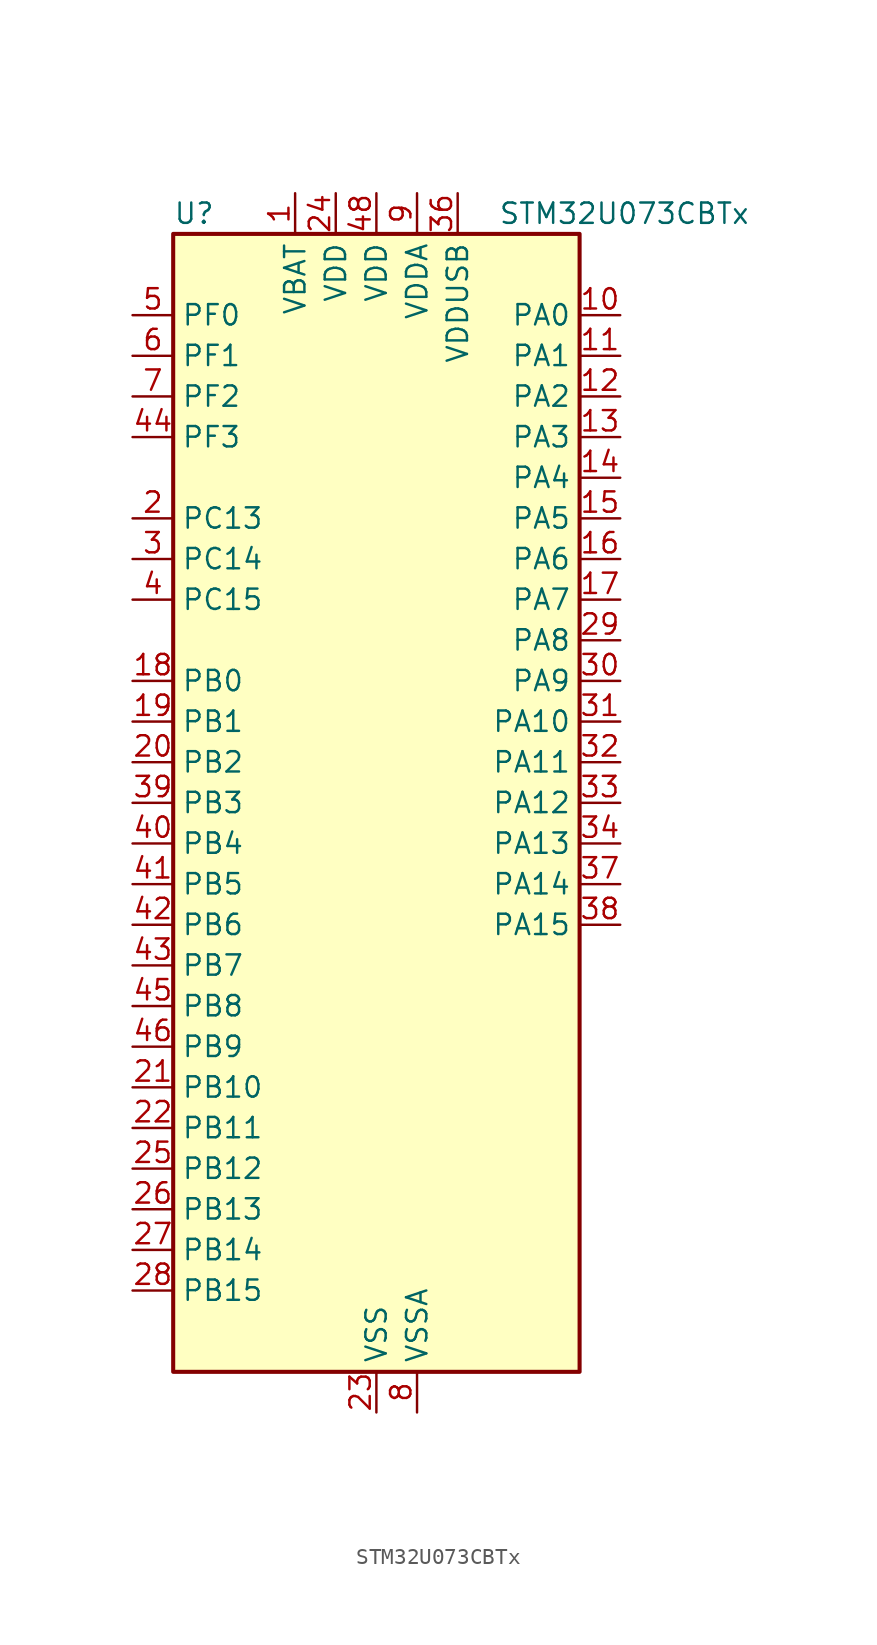
<source format=kicad_sym>
(kicad_symbol_lib
  (version 20241209)
  (generator "kicad_symbol_editor")
  (generator_version "9.0")
  (symbol "STM32U073CBTx"
    (property "Reference" "U"
      (at -12.7 36.83 0)
      (effects (font (size 1.27 1.27)) (justify left)))
    (property "Value" "STM32U073CBTx"
      (at 7.62 36.83 0)
      (effects (font (size 1.27 1.27)) (justify left)))
    (symbol "STM32U073CBTx_0_1"
      (rectangle (start -12.7 -35.56) (end 12.7 35.56) (stroke (width 0.254) (type default)) (fill (type background))))
    (symbol "STM32U073CBTx_1_1"
      (pin bidirectional line (at -15.24 30.48 0) (length 2.54) (name "PF0" (effects (font (size 1.27 1.27)))) (number "5" (effects (font (size 1.27 1.27)))) (alternate "RCC_OSC_IN" bidirectional line))
      (pin bidirectional line (at -15.24 27.94 0) (length 2.54) (name "PF1" (effects (font (size 1.27 1.27)))) (number "6" (effects (font (size 1.27 1.27)))) (alternate "RCC_OSC_EN" bidirectional line) (alternate "RCC_OSC_OUT" bidirectional line))
      (pin bidirectional line (at -15.24 25.4 0) (length 2.54) (name "PF2" (effects (font (size 1.27 1.27)))) (number "7" (effects (font (size 1.27 1.27)))) (alternate "RCC_MCO" bidirectional line))
      (pin bidirectional line (at -15.24 22.86 0) (length 2.54) (name "PF3" (effects (font (size 1.27 1.27)))) (number "44" (effects (font (size 1.27 1.27)))))
      (pin bidirectional line (at -15.24 17.78 0) (length 2.54) (name "PC13" (effects (font (size 1.27 1.27)))) (number "2" (effects (font (size 1.27 1.27)))) (alternate "LPTIM1_CH3" bidirectional line) (alternate "LPTIM3_CH3" bidirectional line) (alternate "PWR_WKUP2" bidirectional line) (alternate "RTC_OUT1" bidirectional line) (alternate "RTC_TS" bidirectional line) (alternate "TAMP_IN1" bidirectional line))
      (pin bidirectional line (at -15.24 15.24 0) (length 2.54) (name "PC14" (effects (font (size 1.27 1.27)))) (number "3" (effects (font (size 1.27 1.27)))) (alternate "RCC_OSC32_IN" bidirectional line))
      (pin bidirectional line (at -15.24 12.7 0) (length 2.54) (name "PC15" (effects (font (size 1.27 1.27)))) (number "4" (effects (font (size 1.27 1.27)))) (alternate "RCC_OSC32_EN" bidirectional line) (alternate "RCC_OSC32_OUT" bidirectional line) (alternate "RCC_OSC_EN" bidirectional line))
      (pin bidirectional line (at -15.24 7.62 0) (length 2.54) (name "PB0" (effects (font (size 1.27 1.27)))) (number "18" (effects (font (size 1.27 1.27)))) (alternate "ADC1_IN17" bidirectional line) (alternate "COMP1_OUT" bidirectional line) (alternate "LCD_SEG5" bidirectional line) (alternate "LPTIM3_CH1" bidirectional line) (alternate "LPUART2_CTS" bidirectional line) (alternate "SPI1_NSS" bidirectional line) (alternate "TIM1_CH2N" bidirectional line) (alternate "TIM3_CH3" bidirectional line) (alternate "TSC_G5_IO2" bidirectional line) (alternate "USART3_CK" bidirectional line))
      (pin bidirectional line (at -15.24 5.08 0) (length 2.54) (name "PB1" (effects (font (size 1.27 1.27)))) (number "19" (effects (font (size 1.27 1.27)))) (alternate "ADC1_IN18" bidirectional line) (alternate "COMP1_INM" bidirectional line) (alternate "LCD_SEG6" bidirectional line) (alternate "LPTIM2_IN1" bidirectional line) (alternate "LPTIM3_CH2" bidirectional line) (alternate "LPUART1_DE" bidirectional line) (alternate "LPUART1_RTS" bidirectional line) (alternate "LPUART2_DE" bidirectional line) (alternate "LPUART2_RTS" bidirectional line) (alternate "TIM1_CH3N" bidirectional line) (alternate "TIM3_CH4" bidirectional line) (alternate "TSC_SYNC" bidirectional line) (alternate "USART3_DE" bidirectional line) (alternate "USART3_RTS" bidirectional line))
      (pin bidirectional line (at -15.24 2.54 0) (length 2.54) (name "PB2" (effects (font (size 1.27 1.27)))) (number "20" (effects (font (size 1.27 1.27)))) (alternate "COMP1_INP" bidirectional line) (alternate "LCD_VLCD" bidirectional line) (alternate "LPTIM1_CH1" bidirectional line) (alternate "RTC_OUT2" bidirectional line))
      (pin bidirectional line (at -15.24 0 0) (length 2.54) (name "PB3" (effects (font (size 1.27 1.27)))) (number "39" (effects (font (size 1.27 1.27)))) (alternate "COMP2_INM" bidirectional line) (alternate "DEBUG_JTDO-SWO" bidirectional line) (alternate "I2C2_SCL" bidirectional line) (alternate "I2C3_SCL" bidirectional line) (alternate "LCD_SEG7" bidirectional line) (alternate "LPTIM1_CH3" bidirectional line) (alternate "SPI1_SCK" bidirectional line) (alternate "SPI3_SCK" bidirectional line) (alternate "TIM2_CH2" bidirectional line) (alternate "USART1_DE" bidirectional line) (alternate "USART1_RTS" bidirectional line))
      (pin bidirectional line (at -15.24 -2.54 0) (length 2.54) (name "PB4" (effects (font (size 1.27 1.27)))) (number "40" (effects (font (size 1.27 1.27)))) (alternate "COMP2_INP" bidirectional line) (alternate "I2C2_SDA" bidirectional line) (alternate "I2C3_SDA" bidirectional line) (alternate "LCD_SEG8" bidirectional line) (alternate "LPTIM1_CH4" bidirectional line) (alternate "LPUART3_DE" bidirectional line) (alternate "LPUART3_RTS" bidirectional line) (alternate "SPI1_MISO" bidirectional line) (alternate "SPI3_MISO" bidirectional line) (alternate "TIM3_CH1" bidirectional line) (alternate "TSC_G2_IO1" bidirectional line) (alternate "USART1_CTS" bidirectional line))
      (pin bidirectional line (at -15.24 -5.08 0) (length 2.54) (name "PB5" (effects (font (size 1.27 1.27)))) (number "41" (effects (font (size 1.27 1.27)))) (alternate "COMP2_OUT" bidirectional line) (alternate "LCD_SEG9" bidirectional line) (alternate "LPTIM1_IN1" bidirectional line) (alternate "LPUART3_CTS" bidirectional line) (alternate "SPI1_MOSI" bidirectional line) (alternate "SPI3_MOSI" bidirectional line) (alternate "TIM16_BKIN" bidirectional line) (alternate "TIM3_CH2" bidirectional line) (alternate "TSC_G2_IO2" bidirectional line) (alternate "USART1_CK" bidirectional line))
      (pin bidirectional line (at -15.24 -7.62 0) (length 2.54) (name "PB6" (effects (font (size 1.27 1.27)))) (number "42" (effects (font (size 1.27 1.27)))) (alternate "COMP2_INP" bidirectional line) (alternate "I2C1_SCL" bidirectional line) (alternate "I2C2_SCL" bidirectional line) (alternate "I2C4_SCL" bidirectional line) (alternate "LPTIM1_ETR" bidirectional line) (alternate "LPUART2_TX" bidirectional line) (alternate "LPUART3_TX" bidirectional line) (alternate "TIM16_CH1N" bidirectional line) (alternate "TSC_G2_IO3" bidirectional line) (alternate "USART1_TX" bidirectional line))
      (pin bidirectional line (at -15.24 -10.16 0) (length 2.54) (name "PB7" (effects (font (size 1.27 1.27)))) (number "43" (effects (font (size 1.27 1.27)))) (alternate "COMP2_INM" bidirectional line) (alternate "I2C1_SDA" bidirectional line) (alternate "I2C2_SDA" bidirectional line) (alternate "I2C4_SDA" bidirectional line) (alternate "LCD_SEG21" bidirectional line) (alternate "LPTIM1_IN2" bidirectional line) (alternate "LPUART2_RX" bidirectional line) (alternate "LPUART3_RX" bidirectional line) (alternate "PWR_PVD_IN" bidirectional line) (alternate "TSC_G2_IO4" bidirectional line) (alternate "USART1_RX" bidirectional line) (alternate "USART4_CTS" bidirectional line))
      (pin bidirectional line (at -15.24 -12.7 0) (length 2.54) (name "PB8" (effects (font (size 1.27 1.27)))) (number "45" (effects (font (size 1.27 1.27)))) (alternate "I2C1_SCL" bidirectional line) (alternate "I2C2_SCL" bidirectional line) (alternate "LCD_SEG16" bidirectional line) (alternate "LPTIM1_IN2" bidirectional line) (alternate "LPTIM3_IN2" bidirectional line) (alternate "TIM16_CH1" bidirectional line) (alternate "USART3_TX" bidirectional line))
      (pin bidirectional line (at -15.24 -15.24 0) (length 2.54) (name "PB9" (effects (font (size 1.27 1.27)))) (number "46" (effects (font (size 1.27 1.27)))) (alternate "DAC1_EXTI9" bidirectional line) (alternate "I2C1_SDA" bidirectional line) (alternate "I2C2_SDA" bidirectional line) (alternate "IR_OUT" bidirectional line) (alternate "LCD_COM3" bidirectional line) (alternate "LPTIM1_CH4" bidirectional line) (alternate "LPTIM3_CH4" bidirectional line) (alternate "SPI2_NSS" bidirectional line) (alternate "USART3_RX" bidirectional line))
      (pin bidirectional line (at -15.24 -17.78 0) (length 2.54) (name "PB10" (effects (font (size 1.27 1.27)))) (number "21" (effects (font (size 1.27 1.27)))) (alternate "COMP1_OUT" bidirectional line) (alternate "I2C2_SCL" bidirectional line) (alternate "I2C4_SCL" bidirectional line) (alternate "LCD_SEG10" bidirectional line) (alternate "LPTIM3_CH1" bidirectional line) (alternate "LPUART1_RX" bidirectional line) (alternate "LPUART2_RX" bidirectional line) (alternate "SPI2_SCK" bidirectional line) (alternate "TIM2_CH3" bidirectional line) (alternate "TSC_G5_IO3" bidirectional line) (alternate "USART3_TX" bidirectional line))
      (pin bidirectional line (at -15.24 -20.32 0) (length 2.54) (name "PB11" (effects (font (size 1.27 1.27)))) (number "22" (effects (font (size 1.27 1.27)))) (alternate "ADC1_EXTI11" bidirectional line) (alternate "COMP2_OUT" bidirectional line) (alternate "I2C2_SDA" bidirectional line) (alternate "I2C4_SDA" bidirectional line) (alternate "LCD_SEG11" bidirectional line) (alternate "LPUART1_TX" bidirectional line) (alternate "LPUART2_TX" bidirectional line) (alternate "TIM2_CH4" bidirectional line) (alternate "TSC_G5_IO4" bidirectional line) (alternate "USART3_RX" bidirectional line))
      (pin bidirectional line (at -15.24 -22.86 0) (length 2.54) (name "PB12" (effects (font (size 1.27 1.27)))) (number "25" (effects (font (size 1.27 1.27)))) (alternate "LCD_SEG12" bidirectional line) (alternate "LPUART1_DE" bidirectional line) (alternate "LPUART1_RTS" bidirectional line) (alternate "SPI2_NSS" bidirectional line) (alternate "TIM15_BKIN" bidirectional line) (alternate "TIM1_BKIN" bidirectional line) (alternate "TSC_G1_IO1" bidirectional line) (alternate "USART3_CK" bidirectional line))
      (pin bidirectional line (at -15.24 -25.4 0) (length 2.54) (name "PB13" (effects (font (size 1.27 1.27)))) (number "26" (effects (font (size 1.27 1.27)))) (alternate "I2C2_SCL" bidirectional line) (alternate "LCD_SEG13" bidirectional line) (alternate "LPTIM3_IN1" bidirectional line) (alternate "LPUART1_CTS" bidirectional line) (alternate "SPI2_SCK" bidirectional line) (alternate "TIM15_CH1N" bidirectional line) (alternate "TIM1_CH1N" bidirectional line) (alternate "TSC_G1_IO2" bidirectional line) (alternate "USART3_CTS" bidirectional line))
      (pin bidirectional line (at -15.24 -27.94 0) (length 2.54) (name "PB14" (effects (font (size 1.27 1.27)))) (number "27" (effects (font (size 1.27 1.27)))) (alternate "I2C2_SDA" bidirectional line) (alternate "LCD_SEG14" bidirectional line) (alternate "LPTIM3_ETR" bidirectional line) (alternate "SPI2_MISO" bidirectional line) (alternate "TIM15_CH1" bidirectional line) (alternate "TIM1_CH2N" bidirectional line) (alternate "TSC_G1_IO3" bidirectional line) (alternate "USART3_DE" bidirectional line) (alternate "USART3_RTS" bidirectional line))
      (pin bidirectional line (at -15.24 -30.48 0) (length 2.54) (name "PB15" (effects (font (size 1.27 1.27)))) (number "28" (effects (font (size 1.27 1.27)))) (alternate "LCD_SEG15" bidirectional line) (alternate "PWR_WKUP7" bidirectional line) (alternate "RTC_REFIN" bidirectional line) (alternate "SPI2_MOSI" bidirectional line) (alternate "TAMP_IN3" bidirectional line) (alternate "TIM15_CH2" bidirectional line) (alternate "TIM1_CH3N" bidirectional line) (alternate "TSC_G1_IO4" bidirectional line))
      (pin power_in line (at -5.08 38.1 270) (length 2.54) (name "VBAT" (effects (font (size 1.27 1.27)))) (number "1" (effects (font (size 1.27 1.27)))))
      (pin power_in line (at -2.54 38.1 270) (length 2.54) (name "VDD" (effects (font (size 1.27 1.27)))) (number "24" (effects (font (size 1.27 1.27)))))
      (pin power_in line (at 0 38.1 270) (length 2.54) (name "VDD" (effects (font (size 1.27 1.27)))) (number "48" (effects (font (size 1.27 1.27)))))
      (pin power_in line (at 0 -38.1 90) (length 2.54) (name "VSS" (effects (font (size 1.27 1.27)))) (number "23" (effects (font (size 1.27 1.27)))))
      (pin passive line (at 0 -38.1 90) (length 2.54) (hide yes) (name "VSS" (effects (font (size 1.27 1.27)))) (number "35" (effects (font (size 1.27 1.27)))))
      (pin passive line (at 0 -38.1 90) (length 2.54) (hide yes) (name "VSS" (effects (font (size 1.27 1.27)))) (number "47" (effects (font (size 1.27 1.27)))))
      (pin power_in line (at 2.54 38.1 270) (length 2.54) (name "VDDA" (effects (font (size 1.27 1.27)))) (number "9" (effects (font (size 1.27 1.27)))))
      (pin power_in line (at 2.54 -38.1 90) (length 2.54) (name "VSSA" (effects (font (size 1.27 1.27)))) (number "8" (effects (font (size 1.27 1.27)))))
      (pin power_in line (at 5.08 38.1 270) (length 2.54) (name "VDDUSB" (effects (font (size 1.27 1.27)))) (number "36" (effects (font (size 1.27 1.27)))))
      (pin bidirectional line (at 15.24 30.48 180) (length 2.54) (name "PA0" (effects (font (size 1.27 1.27)))) (number "10" (effects (font (size 1.27 1.27)))) (alternate "ADC1_IN4" bidirectional line) (alternate "COMP1_INM" bidirectional line) (alternate "COMP1_OUT" bidirectional line) (alternate "LCD_SEG42" bidirectional line) (alternate "OPAMP1_VINP" bidirectional line) (alternate "PWR_WKUP1" bidirectional line) (alternate "TAMP_IN2" bidirectional line) (alternate "TIM2_CH1" bidirectional line) (alternate "TIM2_ETR" bidirectional line) (alternate "USART2_CTS" bidirectional line) (alternate "USART4_TX" bidirectional line))
      (pin bidirectional line (at 15.24 27.94 180) (length 2.54) (name "PA1" (effects (font (size 1.27 1.27)))) (number "11" (effects (font (size 1.27 1.27)))) (alternate "ADC1_IN5" bidirectional line) (alternate "COMP1_INP" bidirectional line) (alternate "LCD_SEG0" bidirectional line) (alternate "LPTIM1_CH2" bidirectional line) (alternate "OPAMP1_VINM" bidirectional line) (alternate "PWR_WKUP3" bidirectional line) (alternate "SPI1_SCK" bidirectional line) (alternate "SPI2_SCK" bidirectional line) (alternate "TAMP_IN5" bidirectional line) (alternate "TIM15_CH1N" bidirectional line) (alternate "TIM2_CH2" bidirectional line) (alternate "USART2_DE" bidirectional line) (alternate "USART2_RTS" bidirectional line) (alternate "USART4_RX" bidirectional line))
      (pin bidirectional line (at 15.24 25.4 180) (length 2.54) (name "PA2" (effects (font (size 1.27 1.27)))) (number "12" (effects (font (size 1.27 1.27)))) (alternate "ADC1_IN6" bidirectional line) (alternate "COMP2_INM" bidirectional line) (alternate "COMP2_OUT" bidirectional line) (alternate "LCD_SEG1" bidirectional line) (alternate "LPUART1_TX" bidirectional line) (alternate "PWR_WKUP4" bidirectional line) (alternate "RCC_LSCO" bidirectional line) (alternate "TIM15_CH1" bidirectional line) (alternate "TIM2_CH3" bidirectional line) (alternate "USART2_TX" bidirectional line))
      (pin bidirectional line (at 15.24 22.86 180) (length 2.54) (name "PA3" (effects (font (size 1.27 1.27)))) (number "13" (effects (font (size 1.27 1.27)))) (alternate "ADC1_IN7" bidirectional line) (alternate "COMP2_INP" bidirectional line) (alternate "LCD_SEG2" bidirectional line) (alternate "LPUART1_RX" bidirectional line) (alternate "OPAMP1_VOUT" bidirectional line) (alternate "TIM15_CH2" bidirectional line) (alternate "TIM2_CH4" bidirectional line) (alternate "USART2_RX" bidirectional line))
      (pin bidirectional line (at 15.24 20.32 180) (length 2.54) (name "PA4" (effects (font (size 1.27 1.27)))) (number "14" (effects (font (size 1.27 1.27)))) (alternate "ADC1_IN8" bidirectional line) (alternate "COMP1_INM" bidirectional line) (alternate "COMP2_INM" bidirectional line) (alternate "DAC1_OUT1" bidirectional line) (alternate "LCD_SEG43" bidirectional line) (alternate "LPTIM2_CH1" bidirectional line) (alternate "LPUART3_TX" bidirectional line) (alternate "SPI1_NSS" bidirectional line) (alternate "SPI3_NSS" bidirectional line) (alternate "USART2_CK" bidirectional line))
      (pin bidirectional line (at 15.24 17.78 180) (length 2.54) (name "PA5" (effects (font (size 1.27 1.27)))) (number "15" (effects (font (size 1.27 1.27)))) (alternate "ADC1_IN9" bidirectional line) (alternate "COMP1_INM" bidirectional line) (alternate "COMP2_INM" bidirectional line) (alternate "LCD_SEG44" bidirectional line) (alternate "LPTIM2_ETR" bidirectional line) (alternate "LPUART3_RX" bidirectional line) (alternate "SPI1_SCK" bidirectional line) (alternate "TIM2_CH1" bidirectional line) (alternate "TIM2_ETR" bidirectional line) (alternate "USART3_TX" bidirectional line))
      (pin bidirectional line (at 15.24 15.24 180) (length 2.54) (name "PA6" (effects (font (size 1.27 1.27)))) (number "16" (effects (font (size 1.27 1.27)))) (alternate "ADC1_IN10" bidirectional line) (alternate "COMP1_OUT" bidirectional line) (alternate "I2C2_SDA" bidirectional line) (alternate "I2C3_SDA" bidirectional line) (alternate "LCD_SEG3" bidirectional line) (alternate "LPUART1_CTS" bidirectional line) (alternate "SPI1_MISO" bidirectional line) (alternate "TIM16_CH1" bidirectional line) (alternate "TIM1_BKIN" bidirectional line) (alternate "TIM3_CH1" bidirectional line) (alternate "TSC_G5_IO1" bidirectional line) (alternate "USART3_CTS" bidirectional line))
      (pin bidirectional line (at 15.24 12.7 180) (length 2.54) (name "PA7" (effects (font (size 1.27 1.27)))) (number "17" (effects (font (size 1.27 1.27)))) (alternate "ADC1_IN14" bidirectional line) (alternate "COMP2_OUT" bidirectional line) (alternate "I2C2_SCL" bidirectional line) (alternate "I2C3_SCL" bidirectional line) (alternate "LCD_SEG4" bidirectional line) (alternate "LPTIM2_CH2" bidirectional line) (alternate "SPI1_MOSI" bidirectional line) (alternate "TIM1_CH1N" bidirectional line) (alternate "TIM3_CH2" bidirectional line) (alternate "USART3_RX" bidirectional line))
      (pin bidirectional line (at 15.24 10.16 180) (length 2.54) (name "PA8" (effects (font (size 1.27 1.27)))) (number "29" (effects (font (size 1.27 1.27)))) (alternate "LCD_COM0" bidirectional line) (alternate "LPTIM2_CH1" bidirectional line) (alternate "RCC_MCO" bidirectional line) (alternate "RCC_MCO2" bidirectional line) (alternate "TIM1_CH1" bidirectional line) (alternate "TSC_G7_IO1" bidirectional line) (alternate "USART1_CK" bidirectional line))
      (pin bidirectional line (at 15.24 7.62 180) (length 2.54) (name "PA9" (effects (font (size 1.27 1.27)))) (number "30" (effects (font (size 1.27 1.27)))) (alternate "COMP1_INP" bidirectional line) (alternate "DAC1_EXTI9" bidirectional line) (alternate "I2C1_SCL" bidirectional line) (alternate "I2C2_SCL" bidirectional line) (alternate "LCD_COM1" bidirectional line) (alternate "RCC_MCO" bidirectional line) (alternate "TIM15_BKIN" bidirectional line) (alternate "TIM1_CH2" bidirectional line) (alternate "TSC_G7_IO2" bidirectional line) (alternate "USART1_TX" bidirectional line))
      (pin bidirectional line (at 15.24 5.08 180) (length 2.54) (name "PA10" (effects (font (size 1.27 1.27)))) (number "31" (effects (font (size 1.27 1.27)))) (alternate "CRS_SYNC" bidirectional line) (alternate "I2C1_SDA" bidirectional line) (alternate "I2C2_SDA" bidirectional line) (alternate "LCD_COM2" bidirectional line) (alternate "RCC_MCO2" bidirectional line) (alternate "SPI2_NSS" bidirectional line) (alternate "TIM1_CH3" bidirectional line) (alternate "TSC_G7_IO3" bidirectional line) (alternate "USART1_RX" bidirectional line))
      (pin bidirectional line (at 15.24 2.54 180) (length 2.54) (name "PA11" (effects (font (size 1.27 1.27)))) (number "32" (effects (font (size 1.27 1.27)))) (alternate "ADC1_EXTI11" bidirectional line) (alternate "COMP1_OUT" bidirectional line) (alternate "SPI1_MISO" bidirectional line) (alternate "SPI2_MISO" bidirectional line) (alternate "TIM1_BKIN2" bidirectional line) (alternate "TIM1_CH4" bidirectional line) (alternate "USART1_CTS" bidirectional line) (alternate "USB_DM" bidirectional line))
      (pin bidirectional line (at 15.24 0 180) (length 2.54) (name "PA12" (effects (font (size 1.27 1.27)))) (number "33" (effects (font (size 1.27 1.27)))) (alternate "SPI1_MOSI" bidirectional line) (alternate "SPI2_MOSI" bidirectional line) (alternate "TIM1_ETR" bidirectional line) (alternate "USART1_DE" bidirectional line) (alternate "USART1_RTS" bidirectional line) (alternate "USB_DP" bidirectional line))
      (pin bidirectional line (at 15.24 -2.54 180) (length 2.54) (name "PA13" (effects (font (size 1.27 1.27)))) (number "34" (effects (font (size 1.27 1.27)))) (alternate "DEBUG_JTMS-SWDIO" bidirectional line) (alternate "IR_OUT" bidirectional line) (alternate "LCD_SEG40" bidirectional line) (alternate "TSC_G7_IO4" bidirectional line) (alternate "USB_NOE" bidirectional line))
      (pin bidirectional line (at 15.24 -5.08 180) (length 2.54) (name "PA14" (effects (font (size 1.27 1.27)))) (number "37" (effects (font (size 1.27 1.27)))) (alternate "DEBUG_JTCK-SWCLK" bidirectional line) (alternate "LCD_SEG41" bidirectional line) (alternate "LPTIM1_CH1" bidirectional line) (alternate "TSC_G3_IO4" bidirectional line))
      (pin bidirectional line (at 15.24 -7.62 180) (length 2.54) (name "PA15" (effects (font (size 1.27 1.27)))) (number "38" (effects (font (size 1.27 1.27)))) (alternate "DEBUG_JTDI" bidirectional line) (alternate "LCD_SEG17" bidirectional line) (alternate "LPTIM3_CH3" bidirectional line) (alternate "LPTIM3_IN2" bidirectional line) (alternate "SPI1_NSS" bidirectional line) (alternate "SPI3_NSS" bidirectional line) (alternate "TIM2_CH1" bidirectional line) (alternate "TIM2_ETR" bidirectional line) (alternate "TSC_G3_IO1" bidirectional line) (alternate "USART2_RX" bidirectional line) (alternate "USART3_DE" bidirectional line) (alternate "USART3_RTS" bidirectional line) (alternate "USART4_DE" bidirectional line) (alternate "USART4_RTS" bidirectional line)))))
</source>
